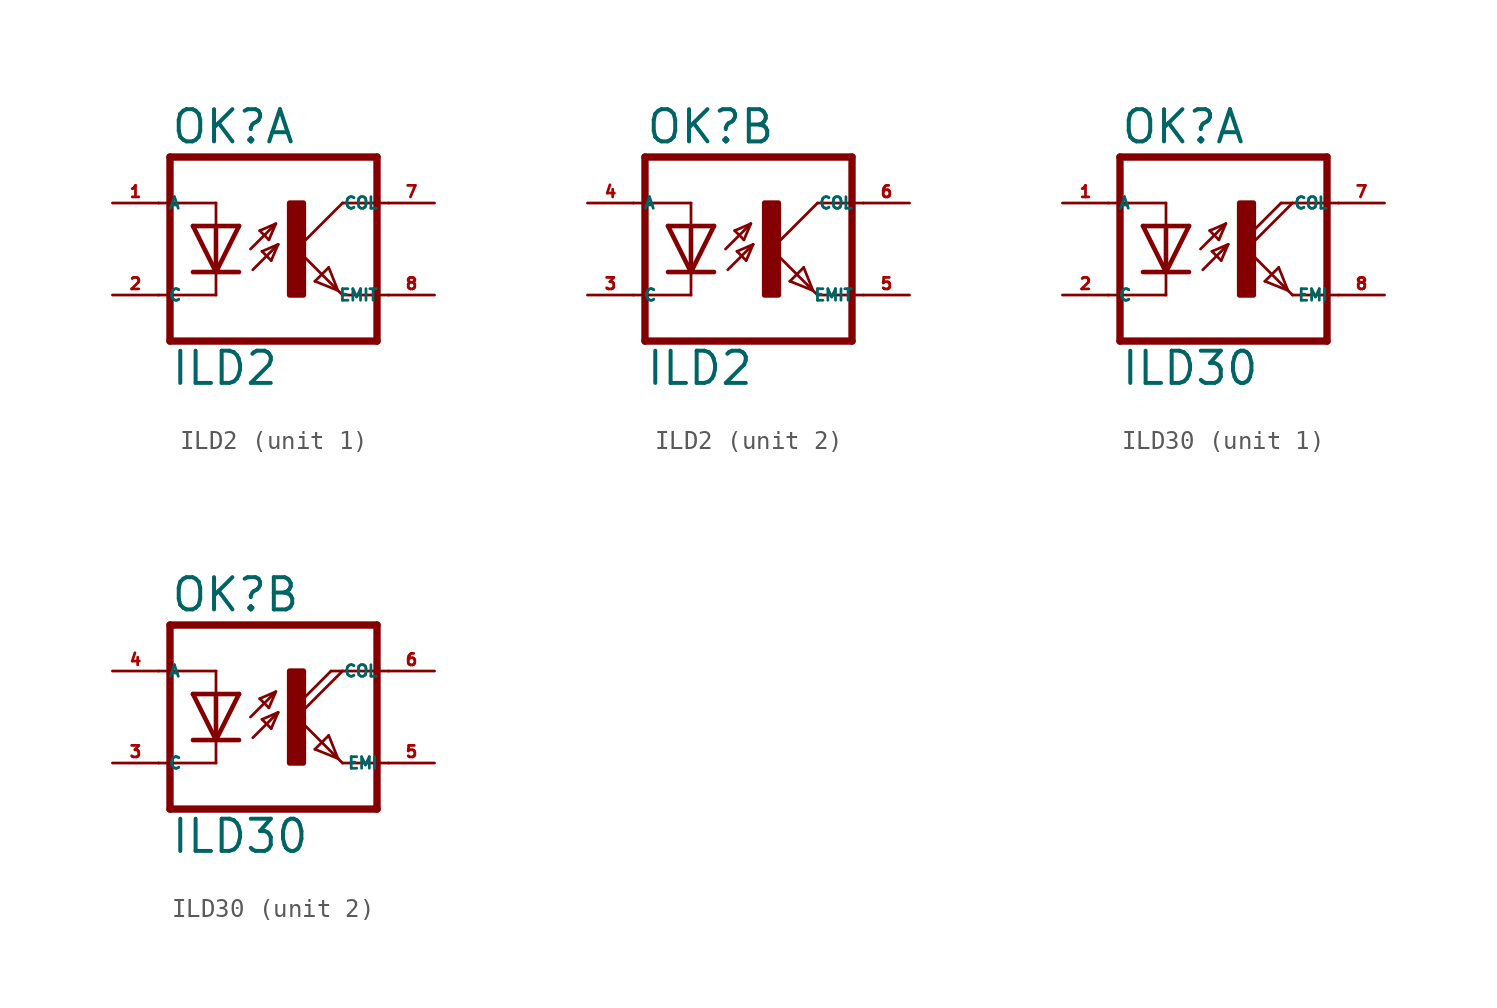
<source format=kicad_sym>
(kicad_symbol_lib
  (version 20220914)
  (generator kicad_symbol_editor)
  (symbol "ILD2"
    (property "Reference" "OK"
      (at -6.985 5.715 0)
      (effects (font (size 1.778 1.778) (thickness 0.22)) (justify left bottom)))
    (property "Value" "ILD2"
      (at -6.985 -7.62 0)
      (effects (font (size 1.778 1.778) (thickness 0.22)) (justify left bottom)))
    (symbol "ILD2_1_0"
      (rectangle (start -0.381 -2.54) (end 0.381 2.54) (stroke (width 0.3) (type default)) (fill (type outline)))
      (polyline (pts (xy -6.985 -5.08) (xy 4.445 -5.08)) (stroke (width 0.406) (type default)) (fill (type none)))
      (polyline (pts (xy -6.985 5.08) (xy -6.985 -5.08)) (stroke (width 0.406) (type default)) (fill (type none)))
      (polyline (pts (xy -6.985 5.08) (xy 4.445 5.08)) (stroke (width 0.406) (type default)) (fill (type none)))
      (polyline (pts (xy -4.445 -2.54) (xy -7.62 -2.54)) (stroke (width 0.152) (type default)) (fill (type none)))
      (polyline (pts (xy -4.445 -1.27) (xy -5.715 -1.27)) (stroke (width 0.254) (type default)) (fill (type none)))
      (polyline (pts (xy -4.445 -1.27) (xy -5.715 1.27)) (stroke (width 0.254) (type default)) (fill (type none)))
      (polyline (pts (xy -4.445 -1.27) (xy -4.445 -2.54)) (stroke (width 0.152) (type default)) (fill (type none)))
      (polyline (pts (xy -4.445 1.27) (xy -5.715 1.27)) (stroke (width 0.254) (type default)) (fill (type none)))
      (polyline (pts (xy -4.445 1.27) (xy -4.445 -1.27)) (stroke (width 0.254) (type default)) (fill (type none)))
      (polyline (pts (xy -4.445 2.54) (xy -7.62 2.54)) (stroke (width 0.152) (type default)) (fill (type none)))
      (polyline (pts (xy -4.445 2.54) (xy -4.445 1.27)) (stroke (width 0.152) (type default)) (fill (type none)))
      (polyline (pts (xy -3.175 -1.27) (xy -4.445 -1.27)) (stroke (width 0.254) (type default)) (fill (type none)))
      (polyline (pts (xy -3.175 1.27) (xy -4.445 -1.27)) (stroke (width 0.254) (type default)) (fill (type none)))
      (polyline (pts (xy -3.175 1.27) (xy -4.445 1.27)) (stroke (width 0.254) (type default)) (fill (type none)))
      (polyline (pts (xy -2.54 0) (xy -1.143 1.397)) (stroke (width 0.152) (type default)) (fill (type none)))
      (polyline (pts (xy -2.413 -1.143) (xy -1.016 0.254)) (stroke (width 0.152) (type default)) (fill (type none)))
      (polyline (pts (xy -2.032 1.016) (xy -1.524 0.508)) (stroke (width 0.152) (type default)) (fill (type none)))
      (polyline (pts (xy -1.905 -0.127) (xy -1.397 -0.635)) (stroke (width 0.152) (type default)) (fill (type none)))
      (polyline (pts (xy -1.524 0.508) (xy -1.143 1.397)) (stroke (width 0.152) (type default)) (fill (type none)))
      (polyline (pts (xy -1.397 -0.635) (xy -1.016 0.254)) (stroke (width 0.152) (type default)) (fill (type none)))
      (polyline (pts (xy -1.143 1.397) (xy -2.032 1.016)) (stroke (width 0.152) (type default)) (fill (type none)))
      (polyline (pts (xy -1.016 0.254) (xy -1.905 -0.127)) (stroke (width 0.152) (type default)) (fill (type none)))
      (polyline (pts (xy 0 0) (xy 2.286 -2.286)) (stroke (width 0.152) (type default)) (fill (type none)))
      (polyline (pts (xy 1.016 -1.778) (xy 1.778 -1.016)) (stroke (width 0.152) (type default)) (fill (type none)))
      (polyline (pts (xy 1.778 -1.016) (xy 2.286 -2.286)) (stroke (width 0.152) (type default)) (fill (type none)))
      (polyline (pts (xy 2.286 -2.286) (xy 1.016 -1.778)) (stroke (width 0.152) (type default)) (fill (type none)))
      (polyline (pts (xy 2.286 -2.286) (xy 2.54 -2.54)) (stroke (width 0.152) (type default)) (fill (type none)))
      (polyline (pts (xy 2.54 -2.54) (xy 5.08 -2.54)) (stroke (width 0.152) (type default)) (fill (type none)))
      (polyline (pts (xy 2.54 2.54) (xy 0 0)) (stroke (width 0.152) (type default)) (fill (type none)))
      (polyline (pts (xy 2.54 2.54) (xy 5.08 2.54)) (stroke (width 0.152) (type default)) (fill (type none)))
      (polyline (pts (xy 4.445 5.08) (xy 4.445 -5.08)) (stroke (width 0.406) (type default)) (fill (type none)))
      (pin passive line (at -10.16 2.54 0) (length 2.54) (name "A" (effects (font (size 0.635 0.635)))) (number "1" (effects (font (size 0.635 0.635)))))
      (pin passive line (at -10.16 -2.54 0) (length 2.54) (name "C" (effects (font (size 0.635 0.635)))) (number "2" (effects (font (size 0.635 0.635)))))
      (pin passive line (at 7.62 2.54 180) (length 2.54) (name "COL" (effects (font (size 0.635 0.635)))) (number "7" (effects (font (size 0.635 0.635)))))
      (pin passive line (at 7.62 -2.54 180) (length 2.54) (name "EMIT" (effects (font (size 0.635 0.635)))) (number "8" (effects (font (size 0.635 0.635))))))
    (symbol "ILD2_2_0"
      (rectangle (start -0.381 -2.54) (end 0.381 2.54) (stroke (width 0.3) (type default)) (fill (type outline)))
      (polyline (pts (xy -6.985 -5.08) (xy 4.445 -5.08)) (stroke (width 0.406) (type default)) (fill (type none)))
      (polyline (pts (xy -6.985 5.08) (xy -6.985 -5.08)) (stroke (width 0.406) (type default)) (fill (type none)))
      (polyline (pts (xy -6.985 5.08) (xy 4.445 5.08)) (stroke (width 0.406) (type default)) (fill (type none)))
      (polyline (pts (xy -4.445 -2.54) (xy -7.62 -2.54)) (stroke (width 0.152) (type default)) (fill (type none)))
      (polyline (pts (xy -4.445 -1.27) (xy -5.715 -1.27)) (stroke (width 0.254) (type default)) (fill (type none)))
      (polyline (pts (xy -4.445 -1.27) (xy -5.715 1.27)) (stroke (width 0.254) (type default)) (fill (type none)))
      (polyline (pts (xy -4.445 -1.27) (xy -4.445 -2.54)) (stroke (width 0.152) (type default)) (fill (type none)))
      (polyline (pts (xy -4.445 1.27) (xy -5.715 1.27)) (stroke (width 0.254) (type default)) (fill (type none)))
      (polyline (pts (xy -4.445 1.27) (xy -4.445 -1.27)) (stroke (width 0.254) (type default)) (fill (type none)))
      (polyline (pts (xy -4.445 2.54) (xy -7.62 2.54)) (stroke (width 0.152) (type default)) (fill (type none)))
      (polyline (pts (xy -4.445 2.54) (xy -4.445 1.27)) (stroke (width 0.152) (type default)) (fill (type none)))
      (polyline (pts (xy -3.175 -1.27) (xy -4.445 -1.27)) (stroke (width 0.254) (type default)) (fill (type none)))
      (polyline (pts (xy -3.175 1.27) (xy -4.445 -1.27)) (stroke (width 0.254) (type default)) (fill (type none)))
      (polyline (pts (xy -3.175 1.27) (xy -4.445 1.27)) (stroke (width 0.254) (type default)) (fill (type none)))
      (polyline (pts (xy -2.54 0) (xy -1.143 1.397)) (stroke (width 0.152) (type default)) (fill (type none)))
      (polyline (pts (xy -2.413 -1.143) (xy -1.016 0.254)) (stroke (width 0.152) (type default)) (fill (type none)))
      (polyline (pts (xy -2.032 1.016) (xy -1.524 0.508)) (stroke (width 0.152) (type default)) (fill (type none)))
      (polyline (pts (xy -1.905 -0.127) (xy -1.397 -0.635)) (stroke (width 0.152) (type default)) (fill (type none)))
      (polyline (pts (xy -1.524 0.508) (xy -1.143 1.397)) (stroke (width 0.152) (type default)) (fill (type none)))
      (polyline (pts (xy -1.397 -0.635) (xy -1.016 0.254)) (stroke (width 0.152) (type default)) (fill (type none)))
      (polyline (pts (xy -1.143 1.397) (xy -2.032 1.016)) (stroke (width 0.152) (type default)) (fill (type none)))
      (polyline (pts (xy -1.016 0.254) (xy -1.905 -0.127)) (stroke (width 0.152) (type default)) (fill (type none)))
      (polyline (pts (xy 0 0) (xy 2.286 -2.286)) (stroke (width 0.152) (type default)) (fill (type none)))
      (polyline (pts (xy 1.016 -1.778) (xy 1.778 -1.016)) (stroke (width 0.152) (type default)) (fill (type none)))
      (polyline (pts (xy 1.778 -1.016) (xy 2.286 -2.286)) (stroke (width 0.152) (type default)) (fill (type none)))
      (polyline (pts (xy 2.286 -2.286) (xy 1.016 -1.778)) (stroke (width 0.152) (type default)) (fill (type none)))
      (polyline (pts (xy 2.286 -2.286) (xy 2.54 -2.54)) (stroke (width 0.152) (type default)) (fill (type none)))
      (polyline (pts (xy 2.54 -2.54) (xy 5.08 -2.54)) (stroke (width 0.152) (type default)) (fill (type none)))
      (polyline (pts (xy 2.54 2.54) (xy 0 0)) (stroke (width 0.152) (type default)) (fill (type none)))
      (polyline (pts (xy 2.54 2.54) (xy 5.08 2.54)) (stroke (width 0.152) (type default)) (fill (type none)))
      (polyline (pts (xy 4.445 5.08) (xy 4.445 -5.08)) (stroke (width 0.406) (type default)) (fill (type none)))
      (pin passive line (at -10.16 -2.54 0) (length 2.54) (name "C" (effects (font (size 0.635 0.635)))) (number "3" (effects (font (size 0.635 0.635)))))
      (pin passive line (at -10.16 2.54 0) (length 2.54) (name "A" (effects (font (size 0.635 0.635)))) (number "4" (effects (font (size 0.635 0.635)))))
      (pin passive line (at 7.62 -2.54 180) (length 2.54) (name "EMIT" (effects (font (size 0.635 0.635)))) (number "5" (effects (font (size 0.635 0.635)))))
      (pin passive line (at 7.62 2.54 180) (length 2.54) (name "COL" (effects (font (size 0.635 0.635)))) (number "6" (effects (font (size 0.635 0.635)))))))
  (symbol "ILD30"
    (property "Reference" "OK"
      (at -6.985 5.715 0)
      (effects (font (size 1.778 1.778) (thickness 0.22)) (justify left bottom)))
    (property "Value" "ILD30"
      (at -6.985 -7.62 0)
      (effects (font (size 1.778 1.778) (thickness 0.22)) (justify left bottom)))
    (symbol "ILD30_1_0"
      (rectangle (start -0.381 -2.54) (end 0.381 2.54) (stroke (width 0.3) (type default)) (fill (type outline)))
      (polyline (pts (xy -6.985 -5.08) (xy 4.445 -5.08)) (stroke (width 0.406) (type default)) (fill (type none)))
      (polyline (pts (xy -6.985 5.08) (xy -6.985 -5.08)) (stroke (width 0.406) (type default)) (fill (type none)))
      (polyline (pts (xy -6.985 5.08) (xy 4.445 5.08)) (stroke (width 0.406) (type default)) (fill (type none)))
      (polyline (pts (xy -4.445 -2.54) (xy -7.62 -2.54)) (stroke (width 0.152) (type default)) (fill (type none)))
      (polyline (pts (xy -4.445 -1.27) (xy -5.715 -1.27)) (stroke (width 0.254) (type default)) (fill (type none)))
      (polyline (pts (xy -4.445 -1.27) (xy -5.715 1.27)) (stroke (width 0.254) (type default)) (fill (type none)))
      (polyline (pts (xy -4.445 -1.27) (xy -4.445 -2.54)) (stroke (width 0.152) (type default)) (fill (type none)))
      (polyline (pts (xy -4.445 1.27) (xy -5.715 1.27)) (stroke (width 0.254) (type default)) (fill (type none)))
      (polyline (pts (xy -4.445 1.27) (xy -4.445 -1.27)) (stroke (width 0.254) (type default)) (fill (type none)))
      (polyline (pts (xy -4.445 1.27) (xy -4.445 2.54)) (stroke (width 0.152) (type default)) (fill (type none)))
      (polyline (pts (xy -4.445 2.54) (xy -7.62 2.54)) (stroke (width 0.152) (type default)) (fill (type none)))
      (polyline (pts (xy -3.175 -1.27) (xy -4.445 -1.27)) (stroke (width 0.254) (type default)) (fill (type none)))
      (polyline (pts (xy -3.175 1.27) (xy -4.445 -1.27)) (stroke (width 0.254) (type default)) (fill (type none)))
      (polyline (pts (xy -3.175 1.27) (xy -4.445 1.27)) (stroke (width 0.254) (type default)) (fill (type none)))
      (polyline (pts (xy -2.54 0) (xy -1.143 1.397)) (stroke (width 0.152) (type default)) (fill (type none)))
      (polyline (pts (xy -2.413 -1.143) (xy -1.016 0.254)) (stroke (width 0.152) (type default)) (fill (type none)))
      (polyline (pts (xy -2.032 1.016) (xy -1.524 0.508)) (stroke (width 0.152) (type default)) (fill (type none)))
      (polyline (pts (xy -1.905 -0.127) (xy -1.397 -0.635)) (stroke (width 0.152) (type default)) (fill (type none)))
      (polyline (pts (xy -1.524 0.508) (xy -1.143 1.397)) (stroke (width 0.152) (type default)) (fill (type none)))
      (polyline (pts (xy -1.397 -0.635) (xy -1.016 0.254)) (stroke (width 0.152) (type default)) (fill (type none)))
      (polyline (pts (xy -1.143 1.397) (xy -2.032 1.016)) (stroke (width 0.152) (type default)) (fill (type none)))
      (polyline (pts (xy -1.016 0.254) (xy -1.905 -0.127)) (stroke (width 0.152) (type default)) (fill (type none)))
      (polyline (pts (xy 0 0) (xy 2.286 -2.286)) (stroke (width 0.152) (type default)) (fill (type none)))
      (polyline (pts (xy 1.016 -1.778) (xy 1.778 -1.016)) (stroke (width 0.152) (type default)) (fill (type none)))
      (polyline (pts (xy 1.778 -1.016) (xy 2.286 -2.286)) (stroke (width 0.152) (type default)) (fill (type none)))
      (polyline (pts (xy 1.905 2.54) (xy 0 0.635)) (stroke (width 0.152) (type default)) (fill (type none)))
      (polyline (pts (xy 1.905 2.54) (xy 2.54 2.54)) (stroke (width 0.152) (type default)) (fill (type none)))
      (polyline (pts (xy 2.286 -2.286) (xy 1.016 -1.778)) (stroke (width 0.152) (type default)) (fill (type none)))
      (polyline (pts (xy 2.286 -2.286) (xy 2.54 -2.54)) (stroke (width 0.152) (type default)) (fill (type none)))
      (polyline (pts (xy 2.54 -2.54) (xy 5.08 -2.54)) (stroke (width 0.152) (type default)) (fill (type none)))
      (polyline (pts (xy 2.54 2.54) (xy 0 0)) (stroke (width 0.152) (type default)) (fill (type none)))
      (polyline (pts (xy 2.54 2.54) (xy 5.08 2.54)) (stroke (width 0.152) (type default)) (fill (type none)))
      (polyline (pts (xy 4.445 5.08) (xy 4.445 -5.08)) (stroke (width 0.406) (type default)) (fill (type none)))
      (pin passive line (at -10.16 2.54 0) (length 2.54) (name "A" (effects (font (size 0.635 0.635)))) (number "1" (effects (font (size 0.635 0.635)))))
      (pin passive line (at -10.16 -2.54 0) (length 2.54) (name "C" (effects (font (size 0.635 0.635)))) (number "2" (effects (font (size 0.635 0.635)))))
      (pin passive line (at 7.62 2.54 180) (length 2.54) (name "COL" (effects (font (size 0.635 0.635)))) (number "7" (effects (font (size 0.635 0.635)))))
      (pin passive line (at 7.62 -2.54 180) (length 2.54) (name "EMI" (effects (font (size 0.635 0.635)))) (number "8" (effects (font (size 0.635 0.635))))))
    (symbol "ILD30_2_0"
      (rectangle (start -0.381 -2.54) (end 0.381 2.54) (stroke (width 0.3) (type default)) (fill (type outline)))
      (polyline (pts (xy -6.985 -5.08) (xy 4.445 -5.08)) (stroke (width 0.406) (type default)) (fill (type none)))
      (polyline (pts (xy -6.985 5.08) (xy -6.985 -5.08)) (stroke (width 0.406) (type default)) (fill (type none)))
      (polyline (pts (xy -6.985 5.08) (xy 4.445 5.08)) (stroke (width 0.406) (type default)) (fill (type none)))
      (polyline (pts (xy -4.445 -2.54) (xy -7.62 -2.54)) (stroke (width 0.152) (type default)) (fill (type none)))
      (polyline (pts (xy -4.445 -1.27) (xy -5.715 -1.27)) (stroke (width 0.254) (type default)) (fill (type none)))
      (polyline (pts (xy -4.445 -1.27) (xy -5.715 1.27)) (stroke (width 0.254) (type default)) (fill (type none)))
      (polyline (pts (xy -4.445 -1.27) (xy -4.445 -2.54)) (stroke (width 0.152) (type default)) (fill (type none)))
      (polyline (pts (xy -4.445 1.27) (xy -5.715 1.27)) (stroke (width 0.254) (type default)) (fill (type none)))
      (polyline (pts (xy -4.445 1.27) (xy -4.445 -1.27)) (stroke (width 0.254) (type default)) (fill (type none)))
      (polyline (pts (xy -4.445 1.27) (xy -4.445 2.54)) (stroke (width 0.152) (type default)) (fill (type none)))
      (polyline (pts (xy -4.445 2.54) (xy -7.62 2.54)) (stroke (width 0.152) (type default)) (fill (type none)))
      (polyline (pts (xy -3.175 -1.27) (xy -4.445 -1.27)) (stroke (width 0.254) (type default)) (fill (type none)))
      (polyline (pts (xy -3.175 1.27) (xy -4.445 -1.27)) (stroke (width 0.254) (type default)) (fill (type none)))
      (polyline (pts (xy -3.175 1.27) (xy -4.445 1.27)) (stroke (width 0.254) (type default)) (fill (type none)))
      (polyline (pts (xy -2.54 0) (xy -1.143 1.397)) (stroke (width 0.152) (type default)) (fill (type none)))
      (polyline (pts (xy -2.413 -1.143) (xy -1.016 0.254)) (stroke (width 0.152) (type default)) (fill (type none)))
      (polyline (pts (xy -2.032 1.016) (xy -1.524 0.508)) (stroke (width 0.152) (type default)) (fill (type none)))
      (polyline (pts (xy -1.905 -0.127) (xy -1.397 -0.635)) (stroke (width 0.152) (type default)) (fill (type none)))
      (polyline (pts (xy -1.524 0.508) (xy -1.143 1.397)) (stroke (width 0.152) (type default)) (fill (type none)))
      (polyline (pts (xy -1.397 -0.635) (xy -1.016 0.254)) (stroke (width 0.152) (type default)) (fill (type none)))
      (polyline (pts (xy -1.143 1.397) (xy -2.032 1.016)) (stroke (width 0.152) (type default)) (fill (type none)))
      (polyline (pts (xy -1.016 0.254) (xy -1.905 -0.127)) (stroke (width 0.152) (type default)) (fill (type none)))
      (polyline (pts (xy 0 0) (xy 2.286 -2.286)) (stroke (width 0.152) (type default)) (fill (type none)))
      (polyline (pts (xy 1.016 -1.778) (xy 1.778 -1.016)) (stroke (width 0.152) (type default)) (fill (type none)))
      (polyline (pts (xy 1.778 -1.016) (xy 2.286 -2.286)) (stroke (width 0.152) (type default)) (fill (type none)))
      (polyline (pts (xy 1.905 2.54) (xy 0 0.635)) (stroke (width 0.152) (type default)) (fill (type none)))
      (polyline (pts (xy 1.905 2.54) (xy 2.54 2.54)) (stroke (width 0.152) (type default)) (fill (type none)))
      (polyline (pts (xy 2.286 -2.286) (xy 1.016 -1.778)) (stroke (width 0.152) (type default)) (fill (type none)))
      (polyline (pts (xy 2.286 -2.286) (xy 2.54 -2.54)) (stroke (width 0.152) (type default)) (fill (type none)))
      (polyline (pts (xy 2.54 -2.54) (xy 5.08 -2.54)) (stroke (width 0.152) (type default)) (fill (type none)))
      (polyline (pts (xy 2.54 2.54) (xy 0 0)) (stroke (width 0.152) (type default)) (fill (type none)))
      (polyline (pts (xy 2.54 2.54) (xy 5.08 2.54)) (stroke (width 0.152) (type default)) (fill (type none)))
      (polyline (pts (xy 4.445 5.08) (xy 4.445 -5.08)) (stroke (width 0.406) (type default)) (fill (type none)))
      (pin passive line (at -10.16 -2.54 0) (length 2.54) (name "C" (effects (font (size 0.635 0.635)))) (number "3" (effects (font (size 0.635 0.635)))))
      (pin passive line (at -10.16 2.54 0) (length 2.54) (name "A" (effects (font (size 0.635 0.635)))) (number "4" (effects (font (size 0.635 0.635)))))
      (pin passive line (at 7.62 -2.54 180) (length 2.54) (name "EMI" (effects (font (size 0.635 0.635)))) (number "5" (effects (font (size 0.635 0.635)))))
      (pin passive line (at 7.62 2.54 180) (length 2.54) (name "COL" (effects (font (size 0.635 0.635)))) (number "6" (effects (font (size 0.635 0.635))))))))
</source>
